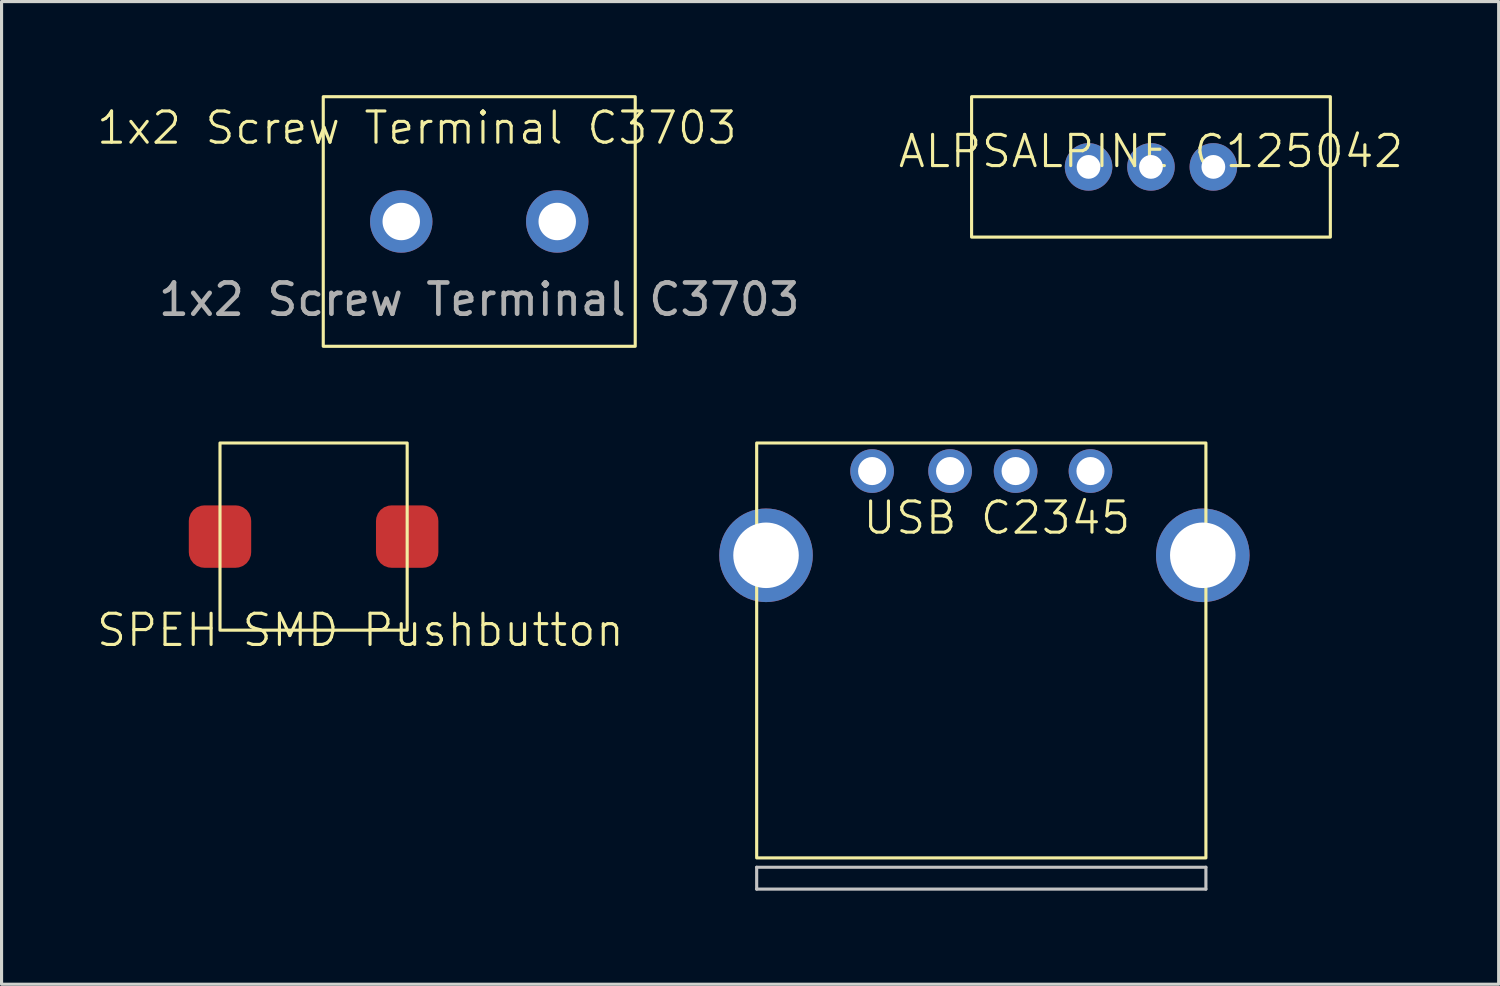
<source format=kicad_pcb>
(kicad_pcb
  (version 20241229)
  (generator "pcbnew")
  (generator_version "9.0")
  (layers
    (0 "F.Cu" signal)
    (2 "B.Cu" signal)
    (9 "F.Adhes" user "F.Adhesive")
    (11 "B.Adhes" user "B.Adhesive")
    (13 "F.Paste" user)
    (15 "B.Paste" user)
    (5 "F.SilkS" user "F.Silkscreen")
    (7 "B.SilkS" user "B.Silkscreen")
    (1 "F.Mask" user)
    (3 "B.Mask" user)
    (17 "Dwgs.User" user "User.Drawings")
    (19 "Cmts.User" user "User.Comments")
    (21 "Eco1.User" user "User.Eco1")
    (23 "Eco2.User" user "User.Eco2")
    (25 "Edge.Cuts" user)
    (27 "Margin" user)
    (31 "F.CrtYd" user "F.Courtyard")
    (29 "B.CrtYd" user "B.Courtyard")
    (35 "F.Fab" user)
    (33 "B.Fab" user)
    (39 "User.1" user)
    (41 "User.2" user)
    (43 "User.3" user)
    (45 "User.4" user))
  (footprint "SPEH SMD Pushbutton"
    (layer "F.Cu")
    (at 8.502 17.65)
    (property "Reference" "SPEH SMD Pushbutton" (at 0 -0.5 0) (unlocked yes) (layer "F.SilkS") (effects (font (size 1 1) (thickness 0.1))))
    (attr smd)
    (fp_rect (start -4.5 -6.5) (end 1.5 -0.5) (stroke (width 0.1) (type default)) (fill no) (layer "F.SilkS"))
    (pad "1" smd roundrect (at 1.5 -3.5) (size 2 2) (layers "F.Cu" "F.Mask" "F.Paste") (roundrect_rratio 0.25))
    (pad "2" smd roundrect (at -4.5 -3.5) (size 2 2) (layers "F.Cu" "F.Mask" "F.Paste") (roundrect_rratio 0.25)))
  (footprint "USB C2345"
    (layer "F.Cu")
    (at 28.305 14.05)
    (property "Reference" "USB C2345" (at 0.6 -0.5 0) (unlocked yes) (layer "F.SilkS") (effects (font (size 1 1) (thickness 0.1))))
    (attr through_hole)
    (fp_rect (start -7.1 -2.9) (end 7.3 10.4) (stroke (width 0.1) (type default)) (fill no) (layer "F.SilkS"))
    (fp_line (start -7.1 10.7) (end -7.1 11.4) (stroke (width 0.1) (type default)) (layer "Dwgs.User"))
    (fp_line (start -7.1 11.4) (end 7.3 11.4) (stroke (width 0.1) (type default)) (layer "Dwgs.User"))
    (fp_line (start 7.3 10.7) (end -7.1 10.7) (stroke (width 0.1) (type default)) (layer "Dwgs.User"))
    (fp_line (start 7.3 11.4) (end 7.3 10.7) (stroke (width 0.1) (type default)) (layer "Dwgs.User"))
    (pad "1" thru_hole circle (at -3.4 -2) (size 1.4 1.4) (drill 0.9) (layers "*.Cu" "*.Mask"))
    (pad "2" thru_hole circle (at -0.9 -2) (size 1.4 1.4) (drill 0.9) (layers "*.Cu" "*.Mask"))
    (pad "3" thru_hole circle (at 1.2 -2) (size 1.4 1.4) (drill 0.9) (layers "*.Cu" "*.Mask"))
    (pad "4" thru_hole circle (at 3.6 -2) (size 1.4 1.4) (drill 0.9) (layers "*.Cu" "*.Mask"))
    (pad "5" thru_hole circle (at -6.8 0.7) (size 3 3) (drill 2.1) (layers "*.Cu" "*.Mask"))
    (pad "5" thru_hole circle (at 7.2 0.7) (size 3 3) (drill 2.1) (layers "*.Cu" "*.Mask")))
  (footprint "1x2 Screw Terminal C3703"
    (layer "F.Cu")
    (at 12.312 4.05)
    (property "Reference" "1x2 Screw Terminal C3703" (at -2 -3 0) (unlocked yes) (layer "F.SilkS") (effects (font (size 1 1) (thickness 0.1))))
    (attr through_hole)
    (fp_rect (start -5 -4) (end 5 4) (stroke (width 0.1) (type default)) (fill no) (layer "F.SilkS"))
    (fp_text user "${REFERENCE}" (at 0 2.5 0) (unlocked yes) (layer "F.Fab") (effects (font (size 1 1) (thickness 0.15))))
    (pad "1" thru_hole circle (at -2.5 0) (size 2 2) (drill 1.2) (layers "*.Cu" "*.Mask"))
    (pad "2" thru_hole circle (at 2.5 0) (size 2 2) (drill 1.2) (layers "*.Cu" "*.Mask")))
  (footprint "ALPSALPINE C125042"
    (layer "F.Cu")
    (at 33.844 2.3)
    (property "Reference" "ALPSALPINE C125042" (at 0 -0.5 0) (unlocked yes) (layer "F.SilkS") (effects (font (size 1 1) (thickness 0.1))))
    (attr through_hole)
    (fp_rect (start -5.75 -2.25) (end 5.75 2.25) (stroke (width 0.1) (type default)) (fill no) (layer "F.SilkS"))
    (pad "1" thru_hole circle (at -2 0) (size 1.524 1.524) (drill 0.762) (layers "*.Cu" "*.Mask"))
    (pad "2" thru_hole circle (at 0 0) (size 1.524 1.524) (drill 0.762) (layers "*.Cu" "*.Mask"))
    (pad "3" thru_hole circle (at 2 0) (size 1.524 1.524) (drill 0.762) (layers "*.Cu" "*.Mask")))
  (gr_rect
    (start -3 -3)
    (end 44.989 28.5)
    (stroke (width 0.1) (type default))
    (fill no)
    (layer "Edge.Cuts")))
</source>
